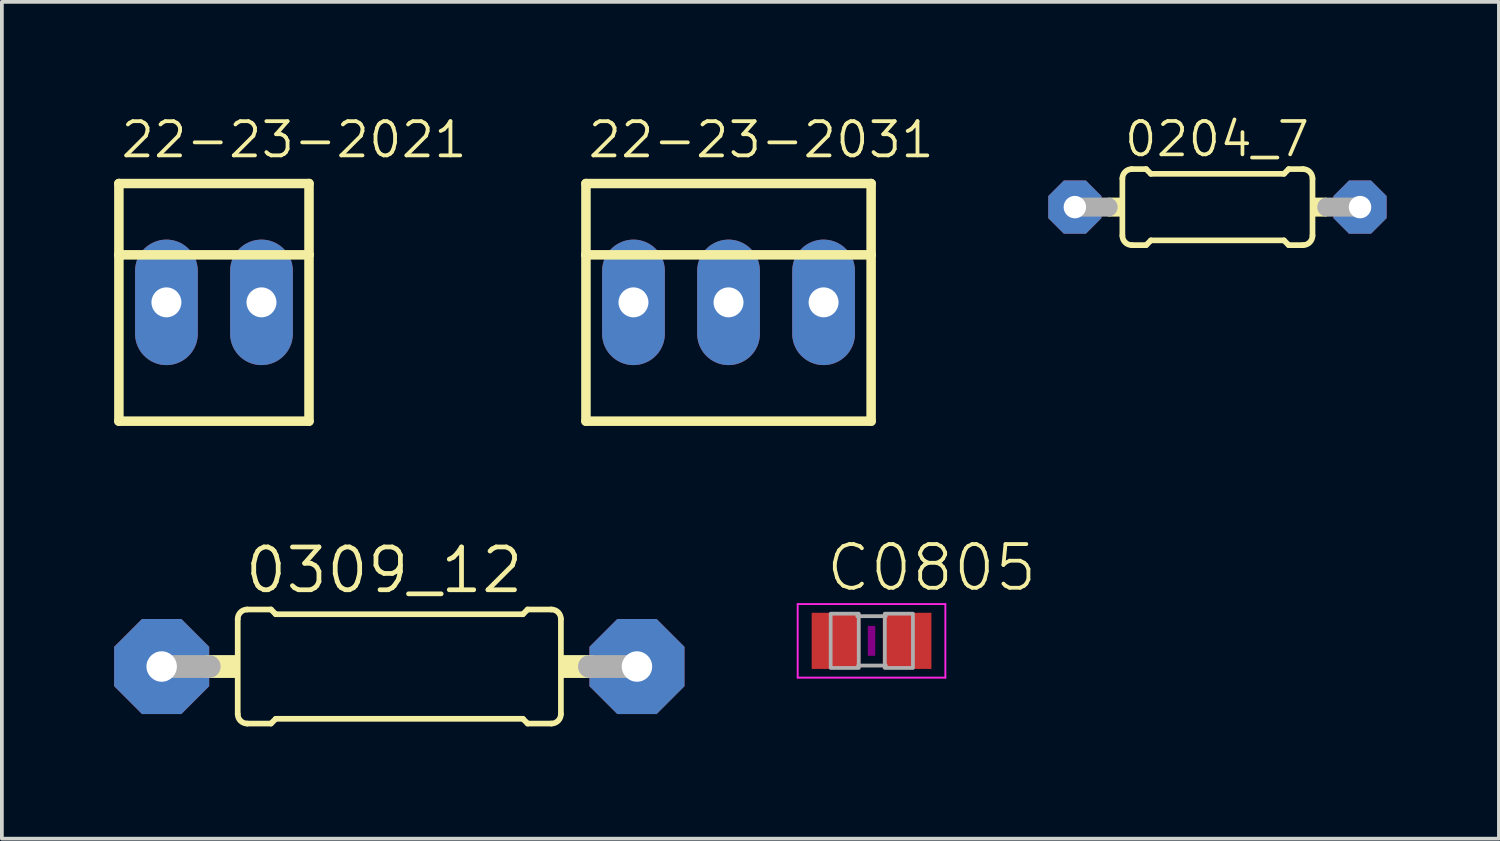
<source format=kicad_pcb>
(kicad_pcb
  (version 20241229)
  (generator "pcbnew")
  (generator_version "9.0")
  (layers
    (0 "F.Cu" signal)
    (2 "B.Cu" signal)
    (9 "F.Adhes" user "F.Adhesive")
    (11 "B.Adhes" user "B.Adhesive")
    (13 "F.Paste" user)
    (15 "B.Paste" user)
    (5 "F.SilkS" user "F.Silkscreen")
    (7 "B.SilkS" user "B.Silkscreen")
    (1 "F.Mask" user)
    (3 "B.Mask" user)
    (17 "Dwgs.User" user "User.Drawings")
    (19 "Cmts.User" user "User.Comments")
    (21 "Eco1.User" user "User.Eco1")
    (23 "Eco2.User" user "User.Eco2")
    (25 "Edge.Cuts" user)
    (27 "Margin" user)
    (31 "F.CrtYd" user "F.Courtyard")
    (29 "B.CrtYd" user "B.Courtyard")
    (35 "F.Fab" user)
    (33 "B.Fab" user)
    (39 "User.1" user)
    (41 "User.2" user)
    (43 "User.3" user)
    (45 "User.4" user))
  (footprint "22-23-2021"
    (layer "F.Cu")
    (at 2.667 5.029)
    (property "Reference" "22-23-2021" (at -2.54 -3.81 0) (layer "F.SilkS") (effects (font (size 0.914 0.914) (thickness 0.102)) (justify left bottom)))
    (fp_line (start -2.54 -3.175) (end 2.54 -3.175) (stroke (width 0.254) (type solid)) (layer "F.SilkS"))
    (fp_line (start -2.54 -1.27) (end -2.54 -3.175) (stroke (width 0.254) (type solid)) (layer "F.SilkS"))
    (fp_line (start -2.54 -1.27) (end 2.54 -1.27) (stroke (width 0.254) (type solid)) (layer "F.SilkS"))
    (fp_line (start -2.54 3.175) (end -2.54 -1.27) (stroke (width 0.254) (type solid)) (layer "F.SilkS"))
    (fp_line (start 2.54 -3.175) (end 2.54 -1.27) (stroke (width 0.254) (type solid)) (layer "F.SilkS"))
    (fp_line (start 2.54 -1.27) (end 2.54 3.175) (stroke (width 0.254) (type solid)) (layer "F.SilkS"))
    (fp_line (start 2.54 3.175) (end -2.54 3.175) (stroke (width 0.254) (type solid)) (layer "F.SilkS"))
    (pad "1" thru_hole oval (at -1.27 0 90) (size 3.353 1.676) (drill 0.8) (layers "*.Cu" "*.Mask"))
    (pad "2" thru_hole oval (at 1.27 0 90) (size 3.353 1.676) (drill 0.8) (layers "*.Cu" "*.Mask")))
  (footprint "0204_7"
    (layer "F.Cu")
    (at 29.481 2.484)
    (property "Reference" "0204_7" (at -2.54 -1.295 0) (layer "F.SilkS") (effects (font (size 0.892 0.892) (thickness 0.099)) (justify left bottom)))
    (fp_line (start -2.54 0.762) (end -2.54 -0.762) (stroke (width 0.152) (type solid)) (layer "F.SilkS"))
    (fp_line (start -2.286 -1.016) (end -1.905 -1.016) (stroke (width 0.152) (type solid)) (layer "F.SilkS"))
    (fp_line (start -2.286 1.016) (end -1.905 1.016) (stroke (width 0.152) (type solid)) (layer "F.SilkS"))
    (fp_line (start -1.778 -0.889) (end -1.905 -1.016) (stroke (width 0.152) (type solid)) (layer "F.SilkS"))
    (fp_line (start -1.778 0.889) (end -1.905 1.016) (stroke (width 0.152) (type solid)) (layer "F.SilkS"))
    (fp_line (start 1.778 -0.889) (end -1.778 -0.889) (stroke (width 0.152) (type solid)) (layer "F.SilkS"))
    (fp_line (start 1.778 -0.889) (end 1.905 -1.016) (stroke (width 0.152) (type solid)) (layer "F.SilkS"))
    (fp_line (start 1.778 0.889) (end -1.778 0.889) (stroke (width 0.152) (type solid)) (layer "F.SilkS"))
    (fp_line (start 1.778 0.889) (end 1.905 1.016) (stroke (width 0.152) (type solid)) (layer "F.SilkS"))
    (fp_line (start 2.286 -1.016) (end 1.905 -1.016) (stroke (width 0.152) (type solid)) (layer "F.SilkS"))
    (fp_line (start 2.286 1.016) (end 1.905 1.016) (stroke (width 0.152) (type solid)) (layer "F.SilkS"))
    (fp_line (start 2.54 0.762) (end 2.54 -0.762) (stroke (width 0.152) (type solid)) (layer "F.SilkS"))
    (fp_arc (start -2.54 -0.762) (mid -2.465605 -0.941605) (end -2.286 -1.016) (stroke (width 0.1524) (type solid)) (layer "F.SilkS"))
    (fp_arc (start -2.286 1.016) (mid -2.465605 0.941605) (end -2.54 0.762) (stroke (width 0.1524) (type solid)) (layer "F.SilkS"))
    (fp_arc (start 2.286 -1.016) (mid 2.465605 -0.941605) (end 2.54 -0.762) (stroke (width 0.1524) (type solid)) (layer "F.SilkS"))
    (fp_arc (start 2.54 0.762) (mid 2.465605 0.941605) (end 2.286 1.016) (stroke (width 0.1524) (type solid)) (layer "F.SilkS"))
    (fp_poly (pts (xy -2.921 0.254) (xy -2.54 0.254) (xy -2.54 -0.254) (xy -2.921 -0.254)) (stroke (width 0) (type solid)) (fill yes) (layer "F.SilkS"))
    (fp_poly (pts (xy 2.54 0.254) (xy 2.921 0.254) (xy 2.921 -0.254) (xy 2.54 -0.254)) (stroke (width 0) (type solid)) (fill yes) (layer "F.SilkS"))
    (fp_line (start -3.81 0) (end -2.921 0) (stroke (width 0.508) (type solid)) (layer "F.Fab"))
    (fp_line (start 3.81 0) (end 2.921 0) (stroke (width 0.508) (type solid)) (layer "F.Fab"))
    (pad "1" thru_hole roundrect (at -3.81 0) (size 1.422 1.422) (drill 0.6) (layers "*.Cu" "*.Mask") (roundrect_rratio 0.25) (chamfer_ratio 0.293) (chamfer top_left top_right bottom_left bottom_right))
    (pad "2" thru_hole roundrect (at 3.81 0) (size 1.422 1.422) (drill 0.6) (layers "*.Cu" "*.Mask") (roundrect_rratio 0.25) (chamfer_ratio 0.293) (chamfer top_left top_right bottom_left bottom_right)))
  (footprint "C0805"
    (layer "F.Cu")
    (at 20.238 14.074)
    (property "Reference" "C0805" (at -1.27 -1.27 0) (layer "F.SilkS") (effects (font (size 1.168 1.168) (thickness 0.102)) (justify left bottom)))
    (fp_poly (pts (xy -0.1 0.4) (xy 0.1 0.4) (xy 0.1 -0.4) (xy -0.1 -0.4)) (stroke (width 0) (type solid)) (fill yes) (layer "F.Adhes"))
    (fp_line (start -1.973 -0.983) (end 1.973 -0.983) (stroke (width 0.051) (type solid)) (layer "F.CrtYd"))
    (fp_line (start -1.973 0.983) (end -1.973 -0.983) (stroke (width 0.051) (type solid)) (layer "F.CrtYd"))
    (fp_line (start 1.973 -0.983) (end 1.973 0.983) (stroke (width 0.051) (type solid)) (layer "F.CrtYd"))
    (fp_line (start 1.973 0.983) (end -1.973 0.983) (stroke (width 0.051) (type solid)) (layer "F.CrtYd"))
    (fp_line (start -0.381 -0.66) (end 0.381 -0.66) (stroke (width 0.102) (type solid)) (layer "F.Fab"))
    (fp_line (start -0.356 0.66) (end 0.381 0.66) (stroke (width 0.102) (type solid)) (layer "F.Fab"))
    (fp_poly (pts (xy -1.092 0.724) (xy -0.342 0.724) (xy -0.342 -0.726) (xy -1.092 -0.726)) (stroke (width 0.1) (type solid)) (fill no) (layer "F.Fab"))
    (fp_poly (pts (xy 0.356 0.724) (xy 1.106 0.724) (xy 1.106 -0.726) (xy 0.356 -0.726)) (stroke (width 0.1) (type solid)) (fill no) (layer "F.Fab"))
    (pad "1" smd rect (at -0.95 0) (size 1.3 1.5) (layers "F.Cu" "F.Mask" "F.Paste"))
    (pad "2" smd rect (at 0.95 0) (size 1.3 1.5) (layers "F.Cu" "F.Mask" "F.Paste")))
  (footprint "22-23-2031"
    (layer "F.Cu")
    (at 16.417 5.029)
    (property "Reference" "22-23-2031" (at -3.81 -3.81 0) (layer "F.SilkS") (effects (font (size 0.914 0.914) (thickness 0.102)) (justify left bottom)))
    (fp_line (start -3.81 -3.175) (end 3.81 -3.175) (stroke (width 0.254) (type solid)) (layer "F.SilkS"))
    (fp_line (start -3.81 -1.27) (end -3.81 -3.175) (stroke (width 0.254) (type solid)) (layer "F.SilkS"))
    (fp_line (start -3.81 -1.27) (end 3.81 -1.27) (stroke (width 0.254) (type solid)) (layer "F.SilkS"))
    (fp_line (start -3.81 3.175) (end -3.81 -1.27) (stroke (width 0.254) (type solid)) (layer "F.SilkS"))
    (fp_line (start 3.81 -3.175) (end 3.81 -1.27) (stroke (width 0.254) (type solid)) (layer "F.SilkS"))
    (fp_line (start 3.81 -1.27) (end 3.81 3.175) (stroke (width 0.254) (type solid)) (layer "F.SilkS"))
    (fp_line (start 3.81 3.175) (end -3.81 3.175) (stroke (width 0.254) (type solid)) (layer "F.SilkS"))
    (pad "1" thru_hole oval (at -2.54 0 90) (size 3.353 1.676) (drill 0.8) (layers "*.Cu" "*.Mask"))
    (pad "2" thru_hole oval (at 0 0 90) (size 3.353 1.676) (drill 0.8) (layers "*.Cu" "*.Mask"))
    (pad "3" thru_hole oval (at 2.54 0 90) (size 3.353 1.676) (drill 0.8) (layers "*.Cu" "*.Mask")))
  (footprint "0309_12"
    (layer "F.Cu")
    (at 7.62 14.76)
    (property "Reference" "0309_12" (at -4.191 -1.905 0) (layer "F.SilkS") (effects (font (size 1.143 1.143) (thickness 0.127)) (justify left bottom)))
    (fp_line (start -4.318 1.27) (end -4.318 -1.27) (stroke (width 0.152) (type solid)) (layer "F.SilkS"))
    (fp_line (start -4.064 -1.524) (end -3.429 -1.524) (stroke (width 0.152) (type solid)) (layer "F.SilkS"))
    (fp_line (start -4.064 1.524) (end -3.429 1.524) (stroke (width 0.152) (type solid)) (layer "F.SilkS"))
    (fp_line (start -3.302 -1.397) (end -3.429 -1.524) (stroke (width 0.152) (type solid)) (layer "F.SilkS"))
    (fp_line (start -3.302 1.397) (end -3.429 1.524) (stroke (width 0.152) (type solid)) (layer "F.SilkS"))
    (fp_line (start 3.302 -1.397) (end -3.302 -1.397) (stroke (width 0.152) (type solid)) (layer "F.SilkS"))
    (fp_line (start 3.302 -1.397) (end 3.429 -1.524) (stroke (width 0.152) (type solid)) (layer "F.SilkS"))
    (fp_line (start 3.302 1.397) (end -3.302 1.397) (stroke (width 0.152) (type solid)) (layer "F.SilkS"))
    (fp_line (start 3.302 1.397) (end 3.429 1.524) (stroke (width 0.152) (type solid)) (layer "F.SilkS"))
    (fp_line (start 4.064 -1.524) (end 3.429 -1.524) (stroke (width 0.152) (type solid)) (layer "F.SilkS"))
    (fp_line (start 4.064 1.524) (end 3.429 1.524) (stroke (width 0.152) (type solid)) (layer "F.SilkS"))
    (fp_line (start 4.318 1.27) (end 4.318 -1.27) (stroke (width 0.152) (type solid)) (layer "F.SilkS"))
    (fp_arc (start -4.318 -1.27) (mid -4.243605 -1.449605) (end -4.064 -1.524) (stroke (width 0.1524) (type solid)) (layer "F.SilkS"))
    (fp_arc (start -4.064 1.524) (mid -4.243605 1.449605) (end -4.318 1.27) (stroke (width 0.1524) (type solid)) (layer "F.SilkS"))
    (fp_arc (start 4.064 -1.524) (mid 4.243605 -1.449605) (end 4.318 -1.27) (stroke (width 0.1524) (type solid)) (layer "F.SilkS"))
    (fp_arc (start 4.318 1.27) (mid 4.243605 1.449605) (end 4.064 1.524) (stroke (width 0.1524) (type solid)) (layer "F.SilkS"))
    (fp_poly (pts (xy -5.182 0.305) (xy -4.318 0.305) (xy -4.318 -0.305) (xy -5.182 -0.305)) (stroke (width 0) (type solid)) (fill yes) (layer "F.SilkS"))
    (fp_poly (pts (xy 4.318 0.305) (xy 5.182 0.305) (xy 5.182 -0.305) (xy 4.318 -0.305)) (stroke (width 0) (type solid)) (fill yes) (layer "F.SilkS"))
    (fp_line (start -6.35 0) (end -5.08 0) (stroke (width 0.61) (type solid)) (layer "F.Fab"))
    (fp_line (start 6.35 0) (end 5.08 0) (stroke (width 0.61) (type solid)) (layer "F.Fab"))
    (pad "1" thru_hole roundrect (at -6.35 0) (size 2.54 2.54) (drill 0.813) (layers "*.Cu" "*.Mask") (roundrect_rratio 0.25) (chamfer_ratio 0.293) (chamfer top_left top_right bottom_left bottom_right))
    (pad "2" thru_hole roundrect (at 6.35 0) (size 2.54 2.54) (drill 0.813) (layers "*.Cu" "*.Mask") (roundrect_rratio 0.25) (chamfer_ratio 0.293) (chamfer top_left top_right bottom_left bottom_right)))
  (gr_rect
    (start -3 -3)
    (end 37.002 19.36)
    (stroke (width 0.1) (type default))
    (fill no)
    (layer "Edge.Cuts")))
</source>
